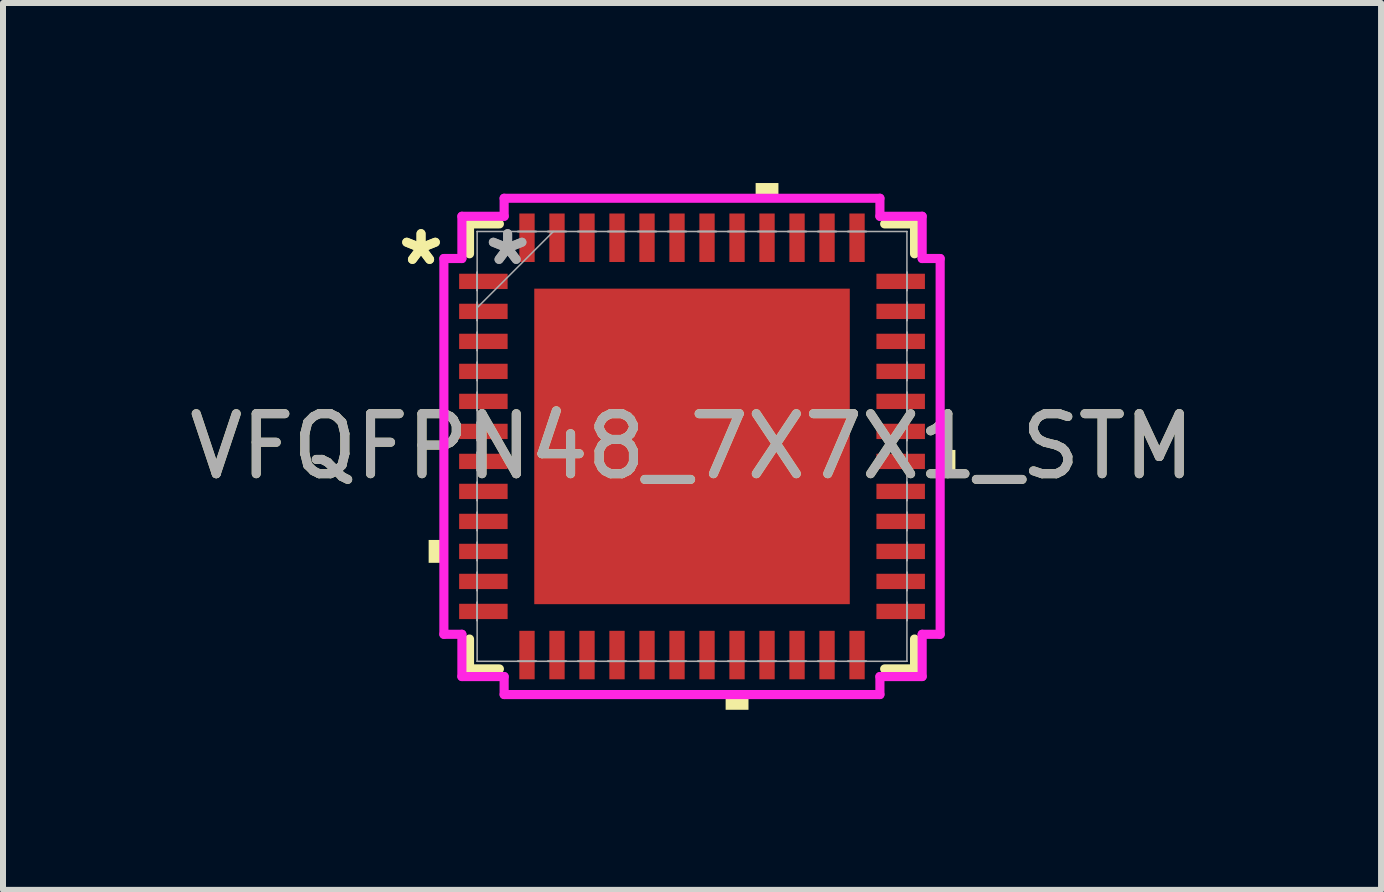
<source format=kicad_pcb>
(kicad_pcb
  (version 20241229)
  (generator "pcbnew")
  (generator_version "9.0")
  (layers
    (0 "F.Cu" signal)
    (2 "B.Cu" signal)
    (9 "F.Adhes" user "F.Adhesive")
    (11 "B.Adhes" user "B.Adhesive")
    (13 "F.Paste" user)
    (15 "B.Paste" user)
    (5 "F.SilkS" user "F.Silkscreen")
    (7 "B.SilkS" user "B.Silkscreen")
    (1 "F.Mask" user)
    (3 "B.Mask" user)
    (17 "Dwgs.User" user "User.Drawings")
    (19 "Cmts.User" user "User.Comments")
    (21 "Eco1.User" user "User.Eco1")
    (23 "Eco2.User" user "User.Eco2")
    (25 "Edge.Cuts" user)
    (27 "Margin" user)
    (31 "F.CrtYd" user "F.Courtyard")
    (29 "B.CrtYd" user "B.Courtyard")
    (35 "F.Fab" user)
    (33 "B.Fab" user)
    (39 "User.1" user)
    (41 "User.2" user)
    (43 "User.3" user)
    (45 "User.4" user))
  (footprint "VFQFPN48_7X7X1_STM"
    (layer "F.Cu")
    (at 8.482 4.389)
    (property "Reference" "VFQFPN48_7X7X1_STM" (at 0 0 0) (unlocked yes) (layer "F.SilkS") (effects (font (size 1 1) (thickness 0.15))))
    (attr smd)
    (fp_line (start -3.708 -3.708) (end -3.708 -3.21) (stroke (width 0.152) (type solid)) (layer "F.SilkS"))
    (fp_line (start -3.708 3.21) (end -3.708 3.708) (stroke (width 0.152) (type solid)) (layer "F.SilkS"))
    (fp_line (start -3.708 3.708) (end -3.21 3.708) (stroke (width 0.152) (type solid)) (layer "F.SilkS"))
    (fp_line (start -3.21 -3.708) (end -3.708 -3.708) (stroke (width 0.152) (type solid)) (layer "F.SilkS"))
    (fp_line (start 3.21 3.708) (end 3.708 3.708) (stroke (width 0.152) (type solid)) (layer "F.SilkS"))
    (fp_line (start 3.708 -3.708) (end 3.21 -3.708) (stroke (width 0.152) (type solid)) (layer "F.SilkS"))
    (fp_line (start 3.708 -3.21) (end 3.708 -3.708) (stroke (width 0.152) (type solid)) (layer "F.SilkS"))
    (fp_line (start 3.708 3.708) (end 3.708 3.21) (stroke (width 0.152) (type solid)) (layer "F.SilkS"))
    (fp_poly (pts (xy -4.389 1.559) (xy -4.389 1.94) (xy -4.135 1.94) (xy -4.135 1.559)) (stroke (width 0) (type solid)) (fill yes) (layer "F.SilkS"))
    (fp_poly (pts (xy 0.56 4.135) (xy 0.56 4.389) (xy 0.941 4.389) (xy 0.941 4.135)) (stroke (width 0) (type solid)) (fill yes) (layer "F.SilkS"))
    (fp_poly (pts (xy 1.06 -4.135) (xy 1.06 -4.389) (xy 1.44 -4.389) (xy 1.44 -4.135)) (stroke (width 0) (type solid)) (fill yes) (layer "F.SilkS"))
    (fp_poly (pts (xy 4.389 0.059) (xy 4.389 0.441) (xy 4.135 0.441) (xy 4.135 0.059)) (stroke (width 0) (type solid)) (fill yes) (layer "F.SilkS"))
    (fp_poly (pts (xy -2.529 -2.529) (xy -2.529 -1.414) (xy -1.414 -1.414) (xy -1.414 -2.529)) (stroke (width 0) (type solid)) (fill yes) (layer "F.Paste"))
    (fp_poly (pts (xy -2.529 -1.214) (xy -2.529 -0.1) (xy -1.414 -0.1) (xy -1.414 -1.214)) (stroke (width 0) (type solid)) (fill yes) (layer "F.Paste"))
    (fp_poly (pts (xy -2.529 0.1) (xy -2.529 1.214) (xy -1.414 1.214) (xy -1.414 0.1)) (stroke (width 0) (type solid)) (fill yes) (layer "F.Paste"))
    (fp_poly (pts (xy -2.529 1.414) (xy -2.529 2.529) (xy -1.414 2.529) (xy -1.414 1.414)) (stroke (width 0) (type solid)) (fill yes) (layer "F.Paste"))
    (fp_poly (pts (xy -1.214 -2.529) (xy -1.214 -1.414) (xy -0.1 -1.414) (xy -0.1 -2.529)) (stroke (width 0) (type solid)) (fill yes) (layer "F.Paste"))
    (fp_poly (pts (xy -1.214 -1.214) (xy -1.214 -0.1) (xy -0.1 -0.1) (xy -0.1 -1.214)) (stroke (width 0) (type solid)) (fill yes) (layer "F.Paste"))
    (fp_poly (pts (xy -1.214 0.1) (xy -1.214 1.214) (xy -0.1 1.214) (xy -0.1 0.1)) (stroke (width 0) (type solid)) (fill yes) (layer "F.Paste"))
    (fp_poly (pts (xy -1.214 1.414) (xy -1.214 2.529) (xy -0.1 2.529) (xy -0.1 1.414)) (stroke (width 0) (type solid)) (fill yes) (layer "F.Paste"))
    (fp_poly (pts (xy 0.1 -2.529) (xy 0.1 -1.414) (xy 1.214 -1.414) (xy 1.214 -2.529)) (stroke (width 0) (type solid)) (fill yes) (layer "F.Paste"))
    (fp_poly (pts (xy 0.1 -1.214) (xy 0.1 -0.1) (xy 1.214 -0.1) (xy 1.214 -1.214)) (stroke (width 0) (type solid)) (fill yes) (layer "F.Paste"))
    (fp_poly (pts (xy 0.1 0.1) (xy 0.1 1.214) (xy 1.214 1.214) (xy 1.214 0.1)) (stroke (width 0) (type solid)) (fill yes) (layer "F.Paste"))
    (fp_poly (pts (xy 0.1 1.414) (xy 0.1 2.529) (xy 1.214 2.529) (xy 1.214 1.414)) (stroke (width 0) (type solid)) (fill yes) (layer "F.Paste"))
    (fp_poly (pts (xy 1.414 -2.529) (xy 1.414 -1.414) (xy 2.529 -1.414) (xy 2.529 -2.529)) (stroke (width 0) (type solid)) (fill yes) (layer "F.Paste"))
    (fp_poly (pts (xy 1.414 -1.214) (xy 1.414 -0.1) (xy 2.529 -0.1) (xy 2.529 -1.214)) (stroke (width 0) (type solid)) (fill yes) (layer "F.Paste"))
    (fp_poly (pts (xy 1.414 0.1) (xy 1.414 1.214) (xy 2.529 1.214) (xy 2.529 0.1)) (stroke (width 0) (type solid)) (fill yes) (layer "F.Paste"))
    (fp_poly (pts (xy 1.414 1.414) (xy 1.414 2.529) (xy 2.529 2.529) (xy 2.529 1.414)) (stroke (width 0) (type solid)) (fill yes) (layer "F.Paste"))
    (fp_line (start -4.135 -3.131) (end -3.835 -3.131) (stroke (width 0.152) (type solid)) (layer "F.CrtYd"))
    (fp_line (start -4.135 3.131) (end -4.135 -3.131) (stroke (width 0.152) (type solid)) (layer "F.CrtYd"))
    (fp_line (start -3.835 -3.835) (end -3.131 -3.835) (stroke (width 0.152) (type solid)) (layer "F.CrtYd"))
    (fp_line (start -3.835 -3.131) (end -3.835 -3.835) (stroke (width 0.152) (type solid)) (layer "F.CrtYd"))
    (fp_line (start -3.835 3.131) (end -4.135 3.131) (stroke (width 0.152) (type solid)) (layer "F.CrtYd"))
    (fp_line (start -3.835 3.835) (end -3.835 3.131) (stroke (width 0.152) (type solid)) (layer "F.CrtYd"))
    (fp_line (start -3.131 -4.135) (end 3.131 -4.135) (stroke (width 0.152) (type solid)) (layer "F.CrtYd"))
    (fp_line (start -3.131 -3.835) (end -3.131 -4.135) (stroke (width 0.152) (type solid)) (layer "F.CrtYd"))
    (fp_line (start -3.131 3.835) (end -3.835 3.835) (stroke (width 0.152) (type solid)) (layer "F.CrtYd"))
    (fp_line (start -3.131 4.135) (end -3.131 3.835) (stroke (width 0.152) (type solid)) (layer "F.CrtYd"))
    (fp_line (start 3.131 -4.135) (end 3.131 -3.835) (stroke (width 0.152) (type solid)) (layer "F.CrtYd"))
    (fp_line (start 3.131 -3.835) (end 3.835 -3.835) (stroke (width 0.152) (type solid)) (layer "F.CrtYd"))
    (fp_line (start 3.131 3.835) (end 3.131 4.135) (stroke (width 0.152) (type solid)) (layer "F.CrtYd"))
    (fp_line (start 3.131 4.135) (end -3.131 4.135) (stroke (width 0.152) (type solid)) (layer "F.CrtYd"))
    (fp_line (start 3.835 -3.835) (end 3.835 -3.131) (stroke (width 0.152) (type solid)) (layer "F.CrtYd"))
    (fp_line (start 3.835 -3.131) (end 4.135 -3.131) (stroke (width 0.152) (type solid)) (layer "F.CrtYd"))
    (fp_line (start 3.835 3.131) (end 3.835 3.835) (stroke (width 0.152) (type solid)) (layer "F.CrtYd"))
    (fp_line (start 3.835 3.835) (end 3.131 3.835) (stroke (width 0.152) (type solid)) (layer "F.CrtYd"))
    (fp_line (start 4.135 -3.131) (end 4.135 3.131) (stroke (width 0.152) (type solid)) (layer "F.CrtYd"))
    (fp_line (start 4.135 3.131) (end 3.835 3.131) (stroke (width 0.152) (type solid)) (layer "F.CrtYd"))
    (fp_line (start -3.581 -3.581) (end -3.581 -3.581) (stroke (width 0.025) (type solid)) (layer "F.Fab"))
    (fp_line (start -3.581 -3.581) (end -3.581 3.581) (stroke (width 0.025) (type solid)) (layer "F.Fab"))
    (fp_line (start -3.581 -2.902) (end -3.581 -2.902) (stroke (width 0.025) (type solid)) (layer "F.Fab"))
    (fp_line (start -3.581 -2.902) (end -3.581 -2.598) (stroke (width 0.025) (type solid)) (layer "F.Fab"))
    (fp_line (start -3.581 -2.598) (end -3.581 -2.902) (stroke (width 0.025) (type solid)) (layer "F.Fab"))
    (fp_line (start -3.581 -2.598) (end -3.581 -2.598) (stroke (width 0.025) (type solid)) (layer "F.Fab"))
    (fp_line (start -3.581 -2.402) (end -3.581 -2.402) (stroke (width 0.025) (type solid)) (layer "F.Fab"))
    (fp_line (start -3.581 -2.402) (end -3.581 -2.098) (stroke (width 0.025) (type solid)) (layer "F.Fab"))
    (fp_line (start -3.581 -2.311) (end -2.311 -3.581) (stroke (width 0.025) (type solid)) (layer "F.Fab"))
    (fp_line (start -3.581 -2.098) (end -3.581 -2.402) (stroke (width 0.025) (type solid)) (layer "F.Fab"))
    (fp_line (start -3.581 -2.098) (end -3.581 -2.098) (stroke (width 0.025) (type solid)) (layer "F.Fab"))
    (fp_line (start -3.581 -1.902) (end -3.581 -1.902) (stroke (width 0.025) (type solid)) (layer "F.Fab"))
    (fp_line (start -3.581 -1.902) (end -3.581 -1.598) (stroke (width 0.025) (type solid)) (layer "F.Fab"))
    (fp_line (start -3.581 -1.598) (end -3.581 -1.902) (stroke (width 0.025) (type solid)) (layer "F.Fab"))
    (fp_line (start -3.581 -1.598) (end -3.581 -1.598) (stroke (width 0.025) (type solid)) (layer "F.Fab"))
    (fp_line (start -3.581 -1.402) (end -3.581 -1.402) (stroke (width 0.025) (type solid)) (layer "F.Fab"))
    (fp_line (start -3.581 -1.402) (end -3.581 -1.098) (stroke (width 0.025) (type solid)) (layer "F.Fab"))
    (fp_line (start -3.581 -1.098) (end -3.581 -1.402) (stroke (width 0.025) (type solid)) (layer "F.Fab"))
    (fp_line (start -3.581 -1.098) (end -3.581 -1.098) (stroke (width 0.025) (type solid)) (layer "F.Fab"))
    (fp_line (start -3.581 -0.902) (end -3.581 -0.902) (stroke (width 0.025) (type solid)) (layer "F.Fab"))
    (fp_line (start -3.581 -0.902) (end -3.581 -0.598) (stroke (width 0.025) (type solid)) (layer "F.Fab"))
    (fp_line (start -3.581 -0.598) (end -3.581 -0.902) (stroke (width 0.025) (type solid)) (layer "F.Fab"))
    (fp_line (start -3.581 -0.598) (end -3.581 -0.598) (stroke (width 0.025) (type solid)) (layer "F.Fab"))
    (fp_line (start -3.581 -0.402) (end -3.581 -0.402) (stroke (width 0.025) (type solid)) (layer "F.Fab"))
    (fp_line (start -3.581 -0.402) (end -3.581 -0.098) (stroke (width 0.025) (type solid)) (layer "F.Fab"))
    (fp_line (start -3.581 -0.098) (end -3.581 -0.402) (stroke (width 0.025) (type solid)) (layer "F.Fab"))
    (fp_line (start -3.581 -0.098) (end -3.581 -0.098) (stroke (width 0.025) (type solid)) (layer "F.Fab"))
    (fp_line (start -3.581 0.098) (end -3.581 0.098) (stroke (width 0.025) (type solid)) (layer "F.Fab"))
    (fp_line (start -3.581 0.098) (end -3.581 0.402) (stroke (width 0.025) (type solid)) (layer "F.Fab"))
    (fp_line (start -3.581 0.402) (end -3.581 0.098) (stroke (width 0.025) (type solid)) (layer "F.Fab"))
    (fp_line (start -3.581 0.402) (end -3.581 0.402) (stroke (width 0.025) (type solid)) (layer "F.Fab"))
    (fp_line (start -3.581 0.598) (end -3.581 0.598) (stroke (width 0.025) (type solid)) (layer "F.Fab"))
    (fp_line (start -3.581 0.598) (end -3.581 0.902) (stroke (width 0.025) (type solid)) (layer "F.Fab"))
    (fp_line (start -3.581 0.902) (end -3.581 0.598) (stroke (width 0.025) (type solid)) (layer "F.Fab"))
    (fp_line (start -3.581 0.902) (end -3.581 0.902) (stroke (width 0.025) (type solid)) (layer "F.Fab"))
    (fp_line (start -3.581 1.098) (end -3.581 1.098) (stroke (width 0.025) (type solid)) (layer "F.Fab"))
    (fp_line (start -3.581 1.098) (end -3.581 1.402) (stroke (width 0.025) (type solid)) (layer "F.Fab"))
    (fp_line (start -3.581 1.402) (end -3.581 1.098) (stroke (width 0.025) (type solid)) (layer "F.Fab"))
    (fp_line (start -3.581 1.402) (end -3.581 1.402) (stroke (width 0.025) (type solid)) (layer "F.Fab"))
    (fp_line (start -3.581 1.598) (end -3.581 1.598) (stroke (width 0.025) (type solid)) (layer "F.Fab"))
    (fp_line (start -3.581 1.598) (end -3.581 1.902) (stroke (width 0.025) (type solid)) (layer "F.Fab"))
    (fp_line (start -3.581 1.902) (end -3.581 1.598) (stroke (width 0.025) (type solid)) (layer "F.Fab"))
    (fp_line (start -3.581 1.902) (end -3.581 1.902) (stroke (width 0.025) (type solid)) (layer "F.Fab"))
    (fp_line (start -3.581 2.098) (end -3.581 2.098) (stroke (width 0.025) (type solid)) (layer "F.Fab"))
    (fp_line (start -3.581 2.098) (end -3.581 2.402) (stroke (width 0.025) (type solid)) (layer "F.Fab"))
    (fp_line (start -3.581 2.402) (end -3.581 2.098) (stroke (width 0.025) (type solid)) (layer "F.Fab"))
    (fp_line (start -3.581 2.402) (end -3.581 2.402) (stroke (width 0.025) (type solid)) (layer "F.Fab"))
    (fp_line (start -3.581 2.598) (end -3.581 2.598) (stroke (width 0.025) (type solid)) (layer "F.Fab"))
    (fp_line (start -3.581 2.598) (end -3.581 2.902) (stroke (width 0.025) (type solid)) (layer "F.Fab"))
    (fp_line (start -3.581 2.902) (end -3.581 2.598) (stroke (width 0.025) (type solid)) (layer "F.Fab"))
    (fp_line (start -3.581 2.902) (end -3.581 2.902) (stroke (width 0.025) (type solid)) (layer "F.Fab"))
    (fp_line (start -3.581 3.581) (end -3.581 3.581) (stroke (width 0.025) (type solid)) (layer "F.Fab"))
    (fp_line (start -3.581 3.581) (end 3.581 3.581) (stroke (width 0.025) (type solid)) (layer "F.Fab"))
    (fp_line (start -2.902 -3.581) (end -2.902 -3.581) (stroke (width 0.025) (type solid)) (layer "F.Fab"))
    (fp_line (start -2.902 -3.581) (end -2.598 -3.581) (stroke (width 0.025) (type solid)) (layer "F.Fab"))
    (fp_line (start -2.902 3.581) (end -2.902 3.581) (stroke (width 0.025) (type solid)) (layer "F.Fab"))
    (fp_line (start -2.902 3.581) (end -2.598 3.581) (stroke (width 0.025) (type solid)) (layer "F.Fab"))
    (fp_line (start -2.598 -3.581) (end -2.902 -3.581) (stroke (width 0.025) (type solid)) (layer "F.Fab"))
    (fp_line (start -2.598 -3.581) (end -2.598 -3.581) (stroke (width 0.025) (type solid)) (layer "F.Fab"))
    (fp_line (start -2.598 3.581) (end -2.902 3.581) (stroke (width 0.025) (type solid)) (layer "F.Fab"))
    (fp_line (start -2.598 3.581) (end -2.598 3.581) (stroke (width 0.025) (type solid)) (layer "F.Fab"))
    (fp_line (start -2.402 -3.581) (end -2.402 -3.581) (stroke (width 0.025) (type solid)) (layer "F.Fab"))
    (fp_line (start -2.402 -3.581) (end -2.098 -3.581) (stroke (width 0.025) (type solid)) (layer "F.Fab"))
    (fp_line (start -2.402 3.581) (end -2.402 3.581) (stroke (width 0.025) (type solid)) (layer "F.Fab"))
    (fp_line (start -2.402 3.581) (end -2.098 3.581) (stroke (width 0.025) (type solid)) (layer "F.Fab"))
    (fp_line (start -2.098 -3.581) (end -2.402 -3.581) (stroke (width 0.025) (type solid)) (layer "F.Fab"))
    (fp_line (start -2.098 -3.581) (end -2.098 -3.581) (stroke (width 0.025) (type solid)) (layer "F.Fab"))
    (fp_line (start -2.098 3.581) (end -2.402 3.581) (stroke (width 0.025) (type solid)) (layer "F.Fab"))
    (fp_line (start -2.098 3.581) (end -2.098 3.581) (stroke (width 0.025) (type solid)) (layer "F.Fab"))
    (fp_line (start -1.902 -3.581) (end -1.902 -3.581) (stroke (width 0.025) (type solid)) (layer "F.Fab"))
    (fp_line (start -1.902 -3.581) (end -1.598 -3.581) (stroke (width 0.025) (type solid)) (layer "F.Fab"))
    (fp_line (start -1.902 3.581) (end -1.902 3.581) (stroke (width 0.025) (type solid)) (layer "F.Fab"))
    (fp_line (start -1.902 3.581) (end -1.598 3.581) (stroke (width 0.025) (type solid)) (layer "F.Fab"))
    (fp_line (start -1.598 -3.581) (end -1.902 -3.581) (stroke (width 0.025) (type solid)) (layer "F.Fab"))
    (fp_line (start -1.598 -3.581) (end -1.598 -3.581) (stroke (width 0.025) (type solid)) (layer "F.Fab"))
    (fp_line (start -1.598 3.581) (end -1.902 3.581) (stroke (width 0.025) (type solid)) (layer "F.Fab"))
    (fp_line (start -1.598 3.581) (end -1.598 3.581) (stroke (width 0.025) (type solid)) (layer "F.Fab"))
    (fp_line (start -1.402 -3.581) (end -1.402 -3.581) (stroke (width 0.025) (type solid)) (layer "F.Fab"))
    (fp_line (start -1.402 -3.581) (end -1.098 -3.581) (stroke (width 0.025) (type solid)) (layer "F.Fab"))
    (fp_line (start -1.402 3.581) (end -1.402 3.581) (stroke (width 0.025) (type solid)) (layer "F.Fab"))
    (fp_line (start -1.402 3.581) (end -1.098 3.581) (stroke (width 0.025) (type solid)) (layer "F.Fab"))
    (fp_line (start -1.098 -3.581) (end -1.402 -3.581) (stroke (width 0.025) (type solid)) (layer "F.Fab"))
    (fp_line (start -1.098 -3.581) (end -1.098 -3.581) (stroke (width 0.025) (type solid)) (layer "F.Fab"))
    (fp_line (start -1.098 3.581) (end -1.402 3.581) (stroke (width 0.025) (type solid)) (layer "F.Fab"))
    (fp_line (start -1.098 3.581) (end -1.098 3.581) (stroke (width 0.025) (type solid)) (layer "F.Fab"))
    (fp_line (start -0.902 -3.581) (end -0.902 -3.581) (stroke (width 0.025) (type solid)) (layer "F.Fab"))
    (fp_line (start -0.902 -3.581) (end -0.598 -3.581) (stroke (width 0.025) (type solid)) (layer "F.Fab"))
    (fp_line (start -0.902 3.581) (end -0.902 3.581) (stroke (width 0.025) (type solid)) (layer "F.Fab"))
    (fp_line (start -0.902 3.581) (end -0.598 3.581) (stroke (width 0.025) (type solid)) (layer "F.Fab"))
    (fp_line (start -0.598 -3.581) (end -0.902 -3.581) (stroke (width 0.025) (type solid)) (layer "F.Fab"))
    (fp_line (start -0.598 -3.581) (end -0.598 -3.581) (stroke (width 0.025) (type solid)) (layer "F.Fab"))
    (fp_line (start -0.598 3.581) (end -0.902 3.581) (stroke (width 0.025) (type solid)) (layer "F.Fab"))
    (fp_line (start -0.598 3.581) (end -0.598 3.581) (stroke (width 0.025) (type solid)) (layer "F.Fab"))
    (fp_line (start -0.402 -3.581) (end -0.402 -3.581) (stroke (width 0.025) (type solid)) (layer "F.Fab"))
    (fp_line (start -0.402 -3.581) (end -0.098 -3.581) (stroke (width 0.025) (type solid)) (layer "F.Fab"))
    (fp_line (start -0.402 3.581) (end -0.402 3.581) (stroke (width 0.025) (type solid)) (layer "F.Fab"))
    (fp_line (start -0.402 3.581) (end -0.098 3.581) (stroke (width 0.025) (type solid)) (layer "F.Fab"))
    (fp_line (start -0.098 -3.581) (end -0.402 -3.581) (stroke (width 0.025) (type solid)) (layer "F.Fab"))
    (fp_line (start -0.098 -3.581) (end -0.098 -3.581) (stroke (width 0.025) (type solid)) (layer "F.Fab"))
    (fp_line (start -0.098 3.581) (end -0.402 3.581) (stroke (width 0.025) (type solid)) (layer "F.Fab"))
    (fp_line (start -0.098 3.581) (end -0.098 3.581) (stroke (width 0.025) (type solid)) (layer "F.Fab"))
    (fp_line (start 0.098 -3.581) (end 0.098 -3.581) (stroke (width 0.025) (type solid)) (layer "F.Fab"))
    (fp_line (start 0.098 -3.581) (end 0.402 -3.581) (stroke (width 0.025) (type solid)) (layer "F.Fab"))
    (fp_line (start 0.098 3.581) (end 0.098 3.581) (stroke (width 0.025) (type solid)) (layer "F.Fab"))
    (fp_line (start 0.098 3.581) (end 0.402 3.581) (stroke (width 0.025) (type solid)) (layer "F.Fab"))
    (fp_line (start 0.402 -3.581) (end 0.098 -3.581) (stroke (width 0.025) (type solid)) (layer "F.Fab"))
    (fp_line (start 0.402 -3.581) (end 0.402 -3.581) (stroke (width 0.025) (type solid)) (layer "F.Fab"))
    (fp_line (start 0.402 3.581) (end 0.098 3.581) (stroke (width 0.025) (type solid)) (layer "F.Fab"))
    (fp_line (start 0.402 3.581) (end 0.402 3.581) (stroke (width 0.025) (type solid)) (layer "F.Fab"))
    (fp_line (start 0.598 -3.581) (end 0.598 -3.581) (stroke (width 0.025) (type solid)) (layer "F.Fab"))
    (fp_line (start 0.598 -3.581) (end 0.902 -3.581) (stroke (width 0.025) (type solid)) (layer "F.Fab"))
    (fp_line (start 0.598 3.581) (end 0.598 3.581) (stroke (width 0.025) (type solid)) (layer "F.Fab"))
    (fp_line (start 0.598 3.581) (end 0.902 3.581) (stroke (width 0.025) (type solid)) (layer "F.Fab"))
    (fp_line (start 0.902 -3.581) (end 0.598 -3.581) (stroke (width 0.025) (type solid)) (layer "F.Fab"))
    (fp_line (start 0.902 -3.581) (end 0.902 -3.581) (stroke (width 0.025) (type solid)) (layer "F.Fab"))
    (fp_line (start 0.902 3.581) (end 0.598 3.581) (stroke (width 0.025) (type solid)) (layer "F.Fab"))
    (fp_line (start 0.902 3.581) (end 0.902 3.581) (stroke (width 0.025) (type solid)) (layer "F.Fab"))
    (fp_line (start 1.098 -3.581) (end 1.098 -3.581) (stroke (width 0.025) (type solid)) (layer "F.Fab"))
    (fp_line (start 1.098 -3.581) (end 1.402 -3.581) (stroke (width 0.025) (type solid)) (layer "F.Fab"))
    (fp_line (start 1.098 3.581) (end 1.098 3.581) (stroke (width 0.025) (type solid)) (layer "F.Fab"))
    (fp_line (start 1.098 3.581) (end 1.402 3.581) (stroke (width 0.025) (type solid)) (layer "F.Fab"))
    (fp_line (start 1.402 -3.581) (end 1.098 -3.581) (stroke (width 0.025) (type solid)) (layer "F.Fab"))
    (fp_line (start 1.402 -3.581) (end 1.402 -3.581) (stroke (width 0.025) (type solid)) (layer "F.Fab"))
    (fp_line (start 1.402 3.581) (end 1.098 3.581) (stroke (width 0.025) (type solid)) (layer "F.Fab"))
    (fp_line (start 1.402 3.581) (end 1.402 3.581) (stroke (width 0.025) (type solid)) (layer "F.Fab"))
    (fp_line (start 1.598 -3.581) (end 1.598 -3.581) (stroke (width 0.025) (type solid)) (layer "F.Fab"))
    (fp_line (start 1.598 -3.581) (end 1.902 -3.581) (stroke (width 0.025) (type solid)) (layer "F.Fab"))
    (fp_line (start 1.598 3.581) (end 1.598 3.581) (stroke (width 0.025) (type solid)) (layer "F.Fab"))
    (fp_line (start 1.598 3.581) (end 1.902 3.581) (stroke (width 0.025) (type solid)) (layer "F.Fab"))
    (fp_line (start 1.902 -3.581) (end 1.598 -3.581) (stroke (width 0.025) (type solid)) (layer "F.Fab"))
    (fp_line (start 1.902 -3.581) (end 1.902 -3.581) (stroke (width 0.025) (type solid)) (layer "F.Fab"))
    (fp_line (start 1.902 3.581) (end 1.598 3.581) (stroke (width 0.025) (type solid)) (layer "F.Fab"))
    (fp_line (start 1.902 3.581) (end 1.902 3.581) (stroke (width 0.025) (type solid)) (layer "F.Fab"))
    (fp_line (start 2.098 -3.581) (end 2.098 -3.581) (stroke (width 0.025) (type solid)) (layer "F.Fab"))
    (fp_line (start 2.098 -3.581) (end 2.402 -3.581) (stroke (width 0.025) (type solid)) (layer "F.Fab"))
    (fp_line (start 2.098 3.581) (end 2.098 3.581) (stroke (width 0.025) (type solid)) (layer "F.Fab"))
    (fp_line (start 2.098 3.581) (end 2.402 3.581) (stroke (width 0.025) (type solid)) (layer "F.Fab"))
    (fp_line (start 2.402 -3.581) (end 2.098 -3.581) (stroke (width 0.025) (type solid)) (layer "F.Fab"))
    (fp_line (start 2.402 -3.581) (end 2.402 -3.581) (stroke (width 0.025) (type solid)) (layer "F.Fab"))
    (fp_line (start 2.402 3.581) (end 2.098 3.581) (stroke (width 0.025) (type solid)) (layer "F.Fab"))
    (fp_line (start 2.402 3.581) (end 2.402 3.581) (stroke (width 0.025) (type solid)) (layer "F.Fab"))
    (fp_line (start 2.598 -3.581) (end 2.598 -3.581) (stroke (width 0.025) (type solid)) (layer "F.Fab"))
    (fp_line (start 2.598 -3.581) (end 2.902 -3.581) (stroke (width 0.025) (type solid)) (layer "F.Fab"))
    (fp_line (start 2.598 3.581) (end 2.598 3.581) (stroke (width 0.025) (type solid)) (layer "F.Fab"))
    (fp_line (start 2.598 3.581) (end 2.902 3.581) (stroke (width 0.025) (type solid)) (layer "F.Fab"))
    (fp_line (start 2.902 -3.581) (end 2.598 -3.581) (stroke (width 0.025) (type solid)) (layer "F.Fab"))
    (fp_line (start 2.902 -3.581) (end 2.902 -3.581) (stroke (width 0.025) (type solid)) (layer "F.Fab"))
    (fp_line (start 2.902 3.581) (end 2.598 3.581) (stroke (width 0.025) (type solid)) (layer "F.Fab"))
    (fp_line (start 2.902 3.581) (end 2.902 3.581) (stroke (width 0.025) (type solid)) (layer "F.Fab"))
    (fp_line (start 3.581 -3.581) (end -3.581 -3.581) (stroke (width 0.025) (type solid)) (layer "F.Fab"))
    (fp_line (start 3.581 -3.581) (end 3.581 -3.581) (stroke (width 0.025) (type solid)) (layer "F.Fab"))
    (fp_line (start 3.581 -2.902) (end 3.581 -2.902) (stroke (width 0.025) (type solid)) (layer "F.Fab"))
    (fp_line (start 3.581 -2.902) (end 3.581 -2.598) (stroke (width 0.025) (type solid)) (layer "F.Fab"))
    (fp_line (start 3.581 -2.598) (end 3.581 -2.902) (stroke (width 0.025) (type solid)) (layer "F.Fab"))
    (fp_line (start 3.581 -2.598) (end 3.581 -2.598) (stroke (width 0.025) (type solid)) (layer "F.Fab"))
    (fp_line (start 3.581 -2.402) (end 3.581 -2.402) (stroke (width 0.025) (type solid)) (layer "F.Fab"))
    (fp_line (start 3.581 -2.402) (end 3.581 -2.098) (stroke (width 0.025) (type solid)) (layer "F.Fab"))
    (fp_line (start 3.581 -2.098) (end 3.581 -2.402) (stroke (width 0.025) (type solid)) (layer "F.Fab"))
    (fp_line (start 3.581 -2.098) (end 3.581 -2.098) (stroke (width 0.025) (type solid)) (layer "F.Fab"))
    (fp_line (start 3.581 -1.902) (end 3.581 -1.902) (stroke (width 0.025) (type solid)) (layer "F.Fab"))
    (fp_line (start 3.581 -1.902) (end 3.581 -1.598) (stroke (width 0.025) (type solid)) (layer "F.Fab"))
    (fp_line (start 3.581 -1.598) (end 3.581 -1.902) (stroke (width 0.025) (type solid)) (layer "F.Fab"))
    (fp_line (start 3.581 -1.598) (end 3.581 -1.598) (stroke (width 0.025) (type solid)) (layer "F.Fab"))
    (fp_line (start 3.581 -1.402) (end 3.581 -1.402) (stroke (width 0.025) (type solid)) (layer "F.Fab"))
    (fp_line (start 3.581 -1.402) (end 3.581 -1.098) (stroke (width 0.025) (type solid)) (layer "F.Fab"))
    (fp_line (start 3.581 -1.098) (end 3.581 -1.402) (stroke (width 0.025) (type solid)) (layer "F.Fab"))
    (fp_line (start 3.581 -1.098) (end 3.581 -1.098) (stroke (width 0.025) (type solid)) (layer "F.Fab"))
    (fp_line (start 3.581 -0.902) (end 3.581 -0.902) (stroke (width 0.025) (type solid)) (layer "F.Fab"))
    (fp_line (start 3.581 -0.902) (end 3.581 -0.598) (stroke (width 0.025) (type solid)) (layer "F.Fab"))
    (fp_line (start 3.581 -0.598) (end 3.581 -0.902) (stroke (width 0.025) (type solid)) (layer "F.Fab"))
    (fp_line (start 3.581 -0.598) (end 3.581 -0.598) (stroke (width 0.025) (type solid)) (layer "F.Fab"))
    (fp_line (start 3.581 -0.402) (end 3.581 -0.402) (stroke (width 0.025) (type solid)) (layer "F.Fab"))
    (fp_line (start 3.581 -0.402) (end 3.581 -0.098) (stroke (width 0.025) (type solid)) (layer "F.Fab"))
    (fp_line (start 3.581 -0.098) (end 3.581 -0.402) (stroke (width 0.025) (type solid)) (layer "F.Fab"))
    (fp_line (start 3.581 -0.098) (end 3.581 -0.098) (stroke (width 0.025) (type solid)) (layer "F.Fab"))
    (fp_line (start 3.581 0.098) (end 3.581 0.098) (stroke (width 0.025) (type solid)) (layer "F.Fab"))
    (fp_line (start 3.581 0.098) (end 3.581 0.402) (stroke (width 0.025) (type solid)) (layer "F.Fab"))
    (fp_line (start 3.581 0.402) (end 3.581 0.098) (stroke (width 0.025) (type solid)) (layer "F.Fab"))
    (fp_line (start 3.581 0.402) (end 3.581 0.402) (stroke (width 0.025) (type solid)) (layer "F.Fab"))
    (fp_line (start 3.581 0.598) (end 3.581 0.598) (stroke (width 0.025) (type solid)) (layer "F.Fab"))
    (fp_line (start 3.581 0.598) (end 3.581 0.902) (stroke (width 0.025) (type solid)) (layer "F.Fab"))
    (fp_line (start 3.581 0.902) (end 3.581 0.598) (stroke (width 0.025) (type solid)) (layer "F.Fab"))
    (fp_line (start 3.581 0.902) (end 3.581 0.902) (stroke (width 0.025) (type solid)) (layer "F.Fab"))
    (fp_line (start 3.581 1.098) (end 3.581 1.098) (stroke (width 0.025) (type solid)) (layer "F.Fab"))
    (fp_line (start 3.581 1.098) (end 3.581 1.402) (stroke (width 0.025) (type solid)) (layer "F.Fab"))
    (fp_line (start 3.581 1.402) (end 3.581 1.098) (stroke (width 0.025) (type solid)) (layer "F.Fab"))
    (fp_line (start 3.581 1.402) (end 3.581 1.402) (stroke (width 0.025) (type solid)) (layer "F.Fab"))
    (fp_line (start 3.581 1.598) (end 3.581 1.598) (stroke (width 0.025) (type solid)) (layer "F.Fab"))
    (fp_line (start 3.581 1.598) (end 3.581 1.902) (stroke (width 0.025) (type solid)) (layer "F.Fab"))
    (fp_line (start 3.581 1.902) (end 3.581 1.598) (stroke (width 0.025) (type solid)) (layer "F.Fab"))
    (fp_line (start 3.581 1.902) (end 3.581 1.902) (stroke (width 0.025) (type solid)) (layer "F.Fab"))
    (fp_line (start 3.581 2.098) (end 3.581 2.098) (stroke (width 0.025) (type solid)) (layer "F.Fab"))
    (fp_line (start 3.581 2.098) (end 3.581 2.402) (stroke (width 0.025) (type solid)) (layer "F.Fab"))
    (fp_line (start 3.581 2.402) (end 3.581 2.098) (stroke (width 0.025) (type solid)) (layer "F.Fab"))
    (fp_line (start 3.581 2.402) (end 3.581 2.402) (stroke (width 0.025) (type solid)) (layer "F.Fab"))
    (fp_line (start 3.581 2.598) (end 3.581 2.598) (stroke (width 0.025) (type solid)) (layer "F.Fab"))
    (fp_line (start 3.581 2.598) (end 3.581 2.902) (stroke (width 0.025) (type solid)) (layer "F.Fab"))
    (fp_line (start 3.581 2.902) (end 3.581 2.598) (stroke (width 0.025) (type solid)) (layer "F.Fab"))
    (fp_line (start 3.581 2.902) (end 3.581 2.902) (stroke (width 0.025) (type solid)) (layer "F.Fab"))
    (fp_line (start 3.581 3.581) (end 3.581 -3.581) (stroke (width 0.025) (type solid)) (layer "F.Fab"))
    (fp_line (start 3.581 3.581) (end 3.581 3.581) (stroke (width 0.025) (type solid)) (layer "F.Fab"))
    (fp_text user "*" (at -4.516 -3 0) (layer "F.SilkS") (effects (font (size 1 1) (thickness 0.15))))
    (fp_text user "*" (at -4.516 -3 0) (unlocked yes) (layer "F.SilkS") (effects (font (size 1 1) (thickness 0.15))))
    (fp_text user "${REFERENCE}" (at 0 0 0) (unlocked yes) (layer "F.Fab") (effects (font (size 1 1) (thickness 0.15))))
    (fp_text user "*" (at -3.073 -3 0) (unlocked yes) (layer "F.Fab") (effects (font (size 1 1) (thickness 0.15))))
    (fp_text user "*" (at -3.073 -3 0) (layer "F.Fab") (effects (font (size 1 1) (thickness 0.15))))
    (pad "1" smd rect (at -3.477 -2.75 90) (size 0.255 0.808) (layers "F.Cu" "F.Mask" "F.Paste"))
    (pad "2" smd rect (at -3.477 -2.25 90) (size 0.255 0.808) (layers "F.Cu" "F.Mask" "F.Paste"))
    (pad "3" smd rect (at -3.477 -1.75 90) (size 0.255 0.808) (layers "F.Cu" "F.Mask" "F.Paste"))
    (pad "4" smd rect (at -3.477 -1.25 90) (size 0.255 0.808) (layers "F.Cu" "F.Mask" "F.Paste"))
    (pad "5" smd rect (at -3.477 -0.75 90) (size 0.255 0.808) (layers "F.Cu" "F.Mask" "F.Paste"))
    (pad "6" smd rect (at -3.477 -0.25 90) (size 0.255 0.808) (layers "F.Cu" "F.Mask" "F.Paste"))
    (pad "7" smd rect (at -3.477 0.25 90) (size 0.255 0.808) (layers "F.Cu" "F.Mask" "F.Paste"))
    (pad "8" smd rect (at -3.477 0.75 90) (size 0.255 0.808) (layers "F.Cu" "F.Mask" "F.Paste"))
    (pad "9" smd rect (at -3.477 1.25 90) (size 0.255 0.808) (layers "F.Cu" "F.Mask" "F.Paste"))
    (pad "10" smd rect (at -3.477 1.75 90) (size 0.255 0.808) (layers "F.Cu" "F.Mask" "F.Paste"))
    (pad "11" smd rect (at -3.477 2.25 90) (size 0.255 0.808) (layers "F.Cu" "F.Mask" "F.Paste"))
    (pad "12" smd rect (at -3.477 2.75 90) (size 0.255 0.808) (layers "F.Cu" "F.Mask" "F.Paste"))
    (pad "13" smd rect (at -2.75 3.477) (size 0.255 0.808) (layers "F.Cu" "F.Mask" "F.Paste"))
    (pad "14" smd rect (at -2.25 3.477) (size 0.255 0.808) (layers "F.Cu" "F.Mask" "F.Paste"))
    (pad "15" smd rect (at -1.75 3.477) (size 0.255 0.808) (layers "F.Cu" "F.Mask" "F.Paste"))
    (pad "16" smd rect (at -1.25 3.477) (size 0.255 0.808) (layers "F.Cu" "F.Mask" "F.Paste"))
    (pad "17" smd rect (at -0.75 3.477) (size 0.255 0.808) (layers "F.Cu" "F.Mask" "F.Paste"))
    (pad "18" smd rect (at -0.25 3.477) (size 0.255 0.808) (layers "F.Cu" "F.Mask" "F.Paste"))
    (pad "19" smd rect (at 0.25 3.477) (size 0.255 0.808) (layers "F.Cu" "F.Mask" "F.Paste"))
    (pad "20" smd rect (at 0.75 3.477) (size 0.255 0.808) (layers "F.Cu" "F.Mask" "F.Paste"))
    (pad "21" smd rect (at 1.25 3.477) (size 0.255 0.808) (layers "F.Cu" "F.Mask" "F.Paste"))
    (pad "22" smd rect (at 1.75 3.477) (size 0.255 0.808) (layers "F.Cu" "F.Mask" "F.Paste"))
    (pad "23" smd rect (at 2.25 3.477) (size 0.255 0.808) (layers "F.Cu" "F.Mask" "F.Paste"))
    (pad "24" smd rect (at 2.75 3.477) (size 0.255 0.808) (layers "F.Cu" "F.Mask" "F.Paste"))
    (pad "25" smd rect (at 3.477 2.75 90) (size 0.255 0.808) (layers "F.Cu" "F.Mask" "F.Paste"))
    (pad "26" smd rect (at 3.477 2.25 90) (size 0.255 0.808) (layers "F.Cu" "F.Mask" "F.Paste"))
    (pad "27" smd rect (at 3.477 1.75 90) (size 0.255 0.808) (layers "F.Cu" "F.Mask" "F.Paste"))
    (pad "28" smd rect (at 3.477 1.25 90) (size 0.255 0.808) (layers "F.Cu" "F.Mask" "F.Paste"))
    (pad "29" smd rect (at 3.477 0.75 90) (size 0.255 0.808) (layers "F.Cu" "F.Mask" "F.Paste"))
    (pad "30" smd rect (at 3.477 0.25 90) (size 0.255 0.808) (layers "F.Cu" "F.Mask" "F.Paste"))
    (pad "31" smd rect (at 3.477 -0.25 90) (size 0.255 0.808) (layers "F.Cu" "F.Mask" "F.Paste"))
    (pad "32" smd rect (at 3.477 -0.75 90) (size 0.255 0.808) (layers "F.Cu" "F.Mask" "F.Paste"))
    (pad "33" smd rect (at 3.477 -1.25 90) (size 0.255 0.808) (layers "F.Cu" "F.Mask" "F.Paste"))
    (pad "34" smd rect (at 3.477 -1.75 90) (size 0.255 0.808) (layers "F.Cu" "F.Mask" "F.Paste"))
    (pad "35" smd rect (at 3.477 -2.25 90) (size 0.255 0.808) (layers "F.Cu" "F.Mask" "F.Paste"))
    (pad "36" smd rect (at 3.477 -2.75 90) (size 0.255 0.808) (layers "F.Cu" "F.Mask" "F.Paste"))
    (pad "37" smd rect (at 2.75 -3.477) (size 0.255 0.808) (layers "F.Cu" "F.Mask" "F.Paste"))
    (pad "38" smd rect (at 2.25 -3.477) (size 0.255 0.808) (layers "F.Cu" "F.Mask" "F.Paste"))
    (pad "39" smd rect (at 1.75 -3.477) (size 0.255 0.808) (layers "F.Cu" "F.Mask" "F.Paste"))
    (pad "40" smd rect (at 1.25 -3.477) (size 0.255 0.808) (layers "F.Cu" "F.Mask" "F.Paste"))
    (pad "41" smd rect (at 0.75 -3.477) (size 0.255 0.808) (layers "F.Cu" "F.Mask" "F.Paste"))
    (pad "42" smd rect (at 0.25 -3.477) (size 0.255 0.808) (layers "F.Cu" "F.Mask" "F.Paste"))
    (pad "43" smd rect (at -0.25 -3.477) (size 0.255 0.808) (layers "F.Cu" "F.Mask" "F.Paste"))
    (pad "44" smd rect (at -0.75 -3.477) (size 0.255 0.808) (layers "F.Cu" "F.Mask" "F.Paste"))
    (pad "45" smd rect (at -1.25 -3.477) (size 0.255 0.808) (layers "F.Cu" "F.Mask" "F.Paste"))
    (pad "46" smd rect (at -1.75 -3.477) (size 0.255 0.808) (layers "F.Cu" "F.Mask" "F.Paste"))
    (pad "47" smd rect (at -2.25 -3.477) (size 0.255 0.808) (layers "F.Cu" "F.Mask" "F.Paste"))
    (pad "48" smd rect (at -2.75 -3.477) (size 0.255 0.808) (layers "F.Cu" "F.Mask" "F.Paste"))
    (pad "49" smd rect (at 0 0) (size 5.258 5.258) (layers "F.Cu" "F.Mask" "F.Paste")))
  (gr_rect
    (start -3 -3)
    (end 19.964 11.779)
    (stroke (width 0.1) (type default))
    (fill no)
    (layer "Edge.Cuts")))
</source>
